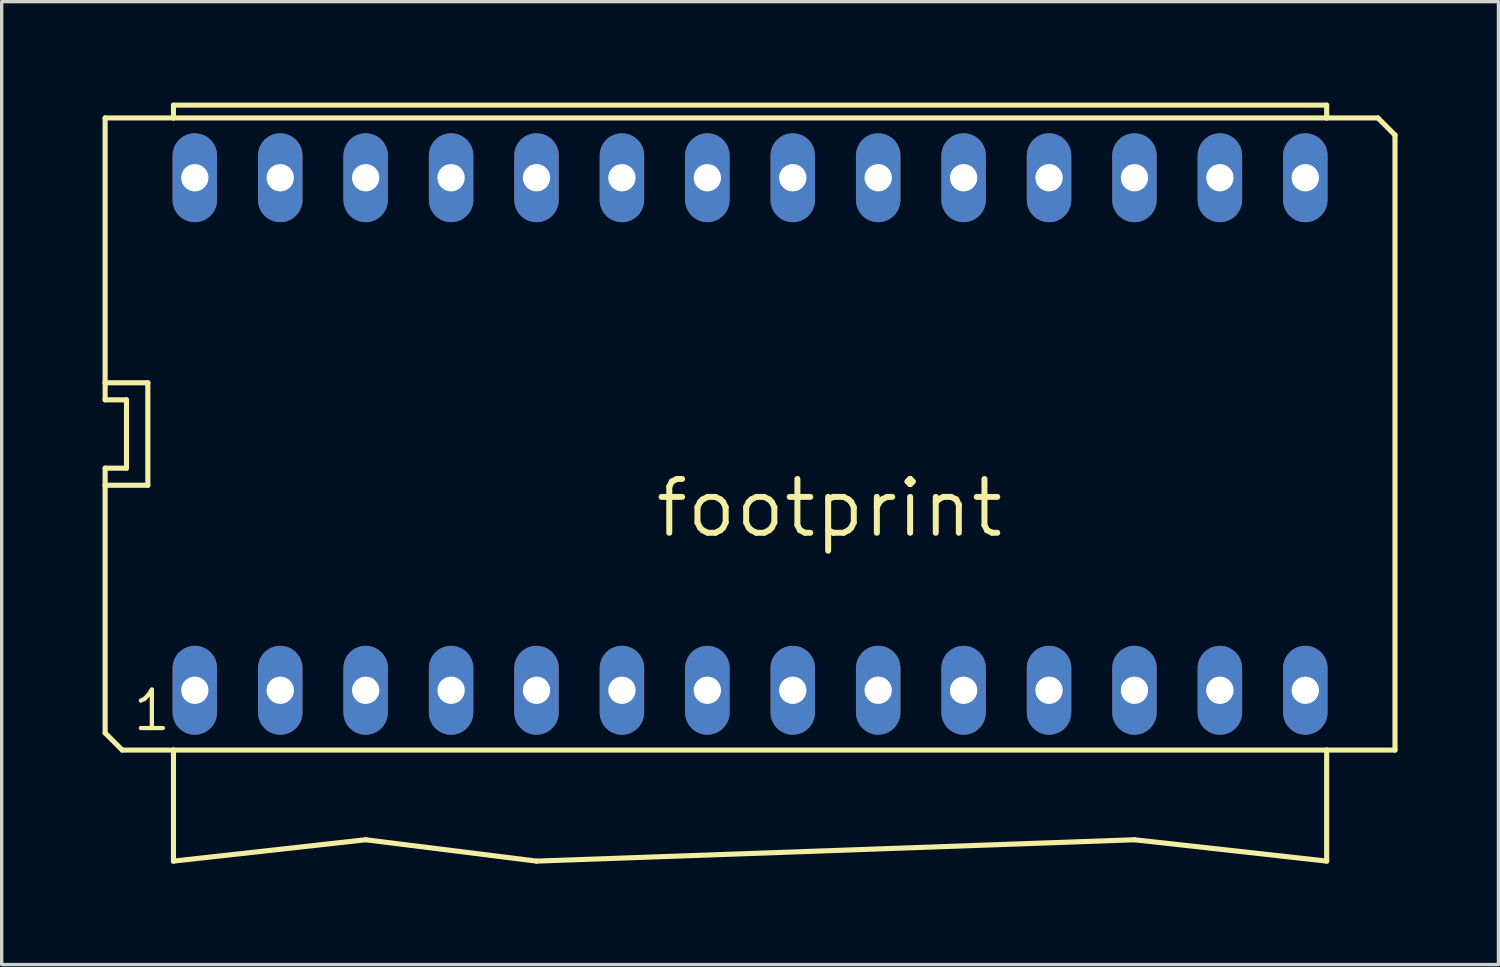
<source format=kicad_pcb>
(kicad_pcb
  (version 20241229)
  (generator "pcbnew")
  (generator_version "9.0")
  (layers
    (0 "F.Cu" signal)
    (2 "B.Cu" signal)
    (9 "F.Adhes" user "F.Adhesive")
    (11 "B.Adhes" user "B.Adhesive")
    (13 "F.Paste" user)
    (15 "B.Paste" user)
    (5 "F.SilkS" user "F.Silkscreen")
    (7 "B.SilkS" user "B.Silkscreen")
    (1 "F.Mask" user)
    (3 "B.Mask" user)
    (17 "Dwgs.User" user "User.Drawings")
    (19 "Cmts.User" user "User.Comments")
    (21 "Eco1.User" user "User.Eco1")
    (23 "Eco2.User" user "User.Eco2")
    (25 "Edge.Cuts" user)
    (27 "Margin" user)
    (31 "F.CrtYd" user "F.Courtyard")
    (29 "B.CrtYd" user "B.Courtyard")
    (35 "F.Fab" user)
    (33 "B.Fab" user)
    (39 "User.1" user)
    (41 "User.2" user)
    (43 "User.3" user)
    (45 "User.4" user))
  (footprint "footprint"
    (layer "F.Cu")
    (at 19.253 9.855)
    (property "Reference" "footprint" (at 7.62 1.27 0) (layer "F.SilkS") (effects (font (size 1.6 1.6) (thickness 0.178)) (justify right top)))
    (fp_line (start -19.177 -1.524) (end -19.177 -9.398) (stroke (width 0.152) (type solid)) (layer "F.SilkS"))
    (fp_line (start -19.177 -1.016) (end -19.177 -1.524) (stroke (width 0.152) (type solid)) (layer "F.SilkS"))
    (fp_line (start -19.177 1.016) (end -18.542 1.016) (stroke (width 0.152) (type solid)) (layer "F.SilkS"))
    (fp_line (start -19.177 1.524) (end -19.177 1.016) (stroke (width 0.152) (type solid)) (layer "F.SilkS"))
    (fp_line (start -19.177 1.524) (end -17.907 1.524) (stroke (width 0.152) (type solid)) (layer "F.SilkS"))
    (fp_line (start -19.177 8.89) (end -19.177 1.524) (stroke (width 0.152) (type solid)) (layer "F.SilkS"))
    (fp_line (start -18.669 9.398) (end -19.177 8.89) (stroke (width 0.152) (type solid)) (layer "F.SilkS"))
    (fp_line (start -18.669 9.398) (end -17.145 9.398) (stroke (width 0.152) (type solid)) (layer "F.SilkS"))
    (fp_line (start -18.542 -1.016) (end -19.177 -1.016) (stroke (width 0.152) (type solid)) (layer "F.SilkS"))
    (fp_line (start -18.542 -1.016) (end -18.542 1.016) (stroke (width 0.152) (type solid)) (layer "F.SilkS"))
    (fp_line (start -17.907 -1.524) (end -19.177 -1.524) (stroke (width 0.152) (type solid)) (layer "F.SilkS"))
    (fp_line (start -17.907 -1.524) (end -17.907 1.524) (stroke (width 0.152) (type solid)) (layer "F.SilkS"))
    (fp_line (start -17.145 -9.779) (end 17.145 -9.779) (stroke (width 0.152) (type solid)) (layer "F.SilkS"))
    (fp_line (start -17.145 -9.398) (end -19.177 -9.398) (stroke (width 0.152) (type solid)) (layer "F.SilkS"))
    (fp_line (start -17.145 -9.398) (end -17.145 -9.779) (stroke (width 0.152) (type solid)) (layer "F.SilkS"))
    (fp_line (start -17.145 9.398) (end -17.145 12.7) (stroke (width 0.152) (type solid)) (layer "F.SilkS"))
    (fp_line (start -17.145 9.398) (end 17.145 9.398) (stroke (width 0.152) (type solid)) (layer "F.SilkS"))
    (fp_line (start -17.145 12.7) (end -11.43 12.065) (stroke (width 0.152) (type solid)) (layer "F.SilkS"))
    (fp_line (start -11.43 12.065) (end -6.35 12.7) (stroke (width 0.152) (type solid)) (layer "F.SilkS"))
    (fp_line (start -6.35 12.7) (end 11.43 12.065) (stroke (width 0.152) (type solid)) (layer "F.SilkS"))
    (fp_line (start 11.43 12.065) (end 17.145 12.7) (stroke (width 0.152) (type solid)) (layer "F.SilkS"))
    (fp_line (start 17.145 -9.779) (end 17.145 -9.398) (stroke (width 0.152) (type solid)) (layer "F.SilkS"))
    (fp_line (start 17.145 -9.398) (end -17.145 -9.398) (stroke (width 0.152) (type solid)) (layer "F.SilkS"))
    (fp_line (start 17.145 9.398) (end 19.177 9.398) (stroke (width 0.152) (type solid)) (layer "F.SilkS"))
    (fp_line (start 17.145 12.7) (end 17.145 9.398) (stroke (width 0.152) (type solid)) (layer "F.SilkS"))
    (fp_line (start 18.669 -9.398) (end 17.145 -9.398) (stroke (width 0.152) (type solid)) (layer "F.SilkS"))
    (fp_line (start 19.177 -8.89) (end 18.669 -9.398) (stroke (width 0.152) (type solid)) (layer "F.SilkS"))
    (fp_line (start 19.177 9.398) (end 19.177 -8.89) (stroke (width 0.152) (type solid)) (layer "F.SilkS"))
    (fp_text user "1" (at -18.415 8.89 0) (layer "F.SilkS") (effects (font (size 1.143 1.143) (thickness 0.127)) (justify left bottom)))
    (pad "1" thru_hole oval (at -16.51 7.62 90) (size 2.642 1.321) (drill 0.813) (layers "*.Cu" "*.Mask"))
    (pad "2" thru_hole oval (at -13.97 7.62 90) (size 2.642 1.321) (drill 0.813) (layers "*.Cu" "*.Mask"))
    (pad "3" thru_hole oval (at -11.43 7.62 90) (size 2.642 1.321) (drill 0.813) (layers "*.Cu" "*.Mask"))
    (pad "4" thru_hole oval (at -8.89 7.62 90) (size 2.642 1.321) (drill 0.813) (layers "*.Cu" "*.Mask"))
    (pad "5" thru_hole oval (at -6.35 7.62 90) (size 2.642 1.321) (drill 0.813) (layers "*.Cu" "*.Mask"))
    (pad "6" thru_hole oval (at -3.81 7.62 90) (size 2.642 1.321) (drill 0.813) (layers "*.Cu" "*.Mask"))
    (pad "7" thru_hole oval (at -1.27 7.62 90) (size 2.642 1.321) (drill 0.813) (layers "*.Cu" "*.Mask"))
    (pad "8" thru_hole oval (at 1.27 7.62 90) (size 2.642 1.321) (drill 0.813) (layers "*.Cu" "*.Mask"))
    (pad "9" thru_hole oval (at 3.81 7.62 90) (size 2.642 1.321) (drill 0.813) (layers "*.Cu" "*.Mask"))
    (pad "10" thru_hole oval (at 6.35 7.62 90) (size 2.642 1.321) (drill 0.813) (layers "*.Cu" "*.Mask"))
    (pad "11" thru_hole oval (at 8.89 7.62 90) (size 2.642 1.321) (drill 0.813) (layers "*.Cu" "*.Mask"))
    (pad "12" thru_hole oval (at 11.43 7.62 90) (size 2.642 1.321) (drill 0.813) (layers "*.Cu" "*.Mask"))
    (pad "13" thru_hole oval (at 13.97 7.62 90) (size 2.642 1.321) (drill 0.813) (layers "*.Cu" "*.Mask"))
    (pad "14" thru_hole oval (at 16.51 7.62 90) (size 2.642 1.321) (drill 0.813) (layers "*.Cu" "*.Mask"))
    (pad "15" thru_hole oval (at 16.51 -7.62 90) (size 2.642 1.321) (drill 0.813) (layers "*.Cu" "*.Mask"))
    (pad "16" thru_hole oval (at 13.97 -7.62 90) (size 2.642 1.321) (drill 0.813) (layers "*.Cu" "*.Mask"))
    (pad "17" thru_hole oval (at 11.43 -7.62 90) (size 2.642 1.321) (drill 0.813) (layers "*.Cu" "*.Mask"))
    (pad "18" thru_hole oval (at 8.89 -7.62 90) (size 2.642 1.321) (drill 0.813) (layers "*.Cu" "*.Mask"))
    (pad "19" thru_hole oval (at 6.35 -7.62 90) (size 2.642 1.321) (drill 0.813) (layers "*.Cu" "*.Mask"))
    (pad "20" thru_hole oval (at 3.81 -7.62 90) (size 2.642 1.321) (drill 0.813) (layers "*.Cu" "*.Mask"))
    (pad "21" thru_hole oval (at 1.27 -7.62 90) (size 2.642 1.321) (drill 0.813) (layers "*.Cu" "*.Mask"))
    (pad "22" thru_hole oval (at -1.27 -7.62 90) (size 2.642 1.321) (drill 0.813) (layers "*.Cu" "*.Mask"))
    (pad "23" thru_hole oval (at -3.81 -7.62 90) (size 2.642 1.321) (drill 0.813) (layers "*.Cu" "*.Mask"))
    (pad "24" thru_hole oval (at -6.35 -7.62 90) (size 2.642 1.321) (drill 0.813) (layers "*.Cu" "*.Mask"))
    (pad "25" thru_hole oval (at -8.89 -7.62 90) (size 2.642 1.321) (drill 0.813) (layers "*.Cu" "*.Mask"))
    (pad "26" thru_hole oval (at -11.43 -7.62 90) (size 2.642 1.321) (drill 0.813) (layers "*.Cu" "*.Mask"))
    (pad "27" thru_hole oval (at -13.97 -7.62 90) (size 2.642 1.321) (drill 0.813) (layers "*.Cu" "*.Mask"))
    (pad "28" thru_hole oval (at -16.51 -7.62 90) (size 2.642 1.321) (drill 0.813) (layers "*.Cu" "*.Mask")))
  (gr_rect
    (start -3 -3)
    (end 41.506 25.631)
    (stroke (width 0.1) (type default))
    (fill no)
    (layer "Edge.Cuts")))
</source>
